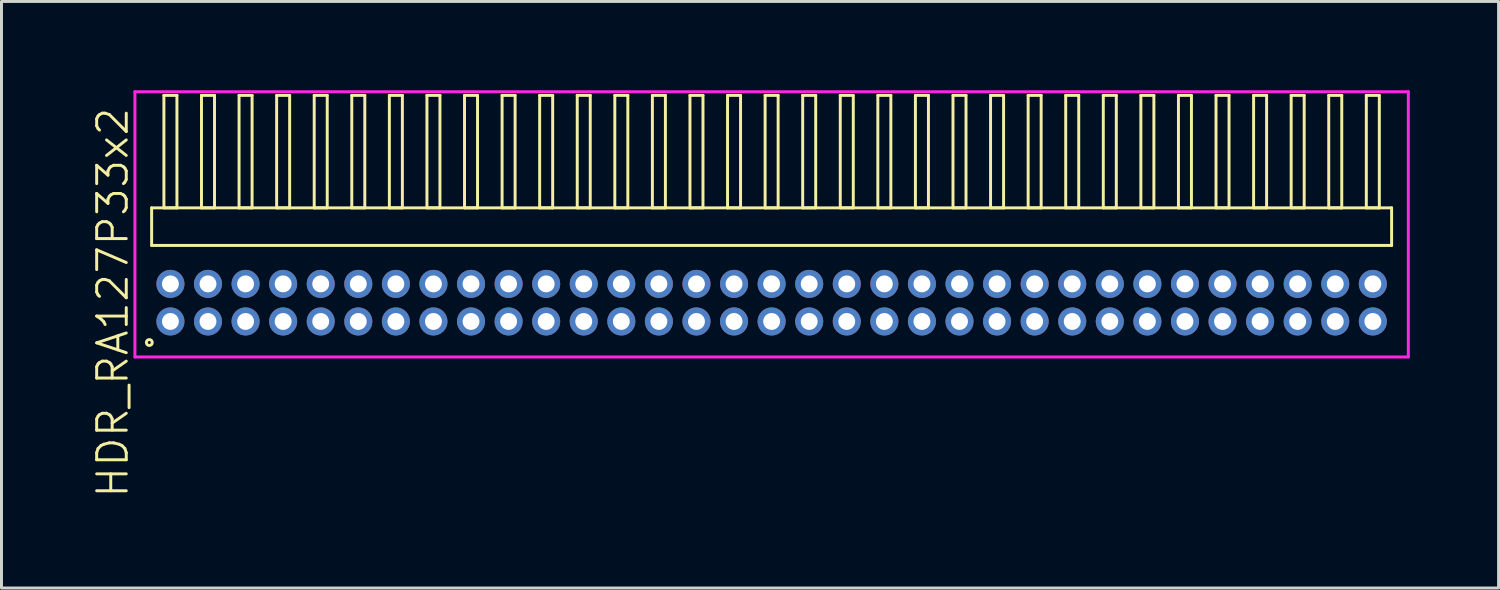
<source format=kicad_pcb>
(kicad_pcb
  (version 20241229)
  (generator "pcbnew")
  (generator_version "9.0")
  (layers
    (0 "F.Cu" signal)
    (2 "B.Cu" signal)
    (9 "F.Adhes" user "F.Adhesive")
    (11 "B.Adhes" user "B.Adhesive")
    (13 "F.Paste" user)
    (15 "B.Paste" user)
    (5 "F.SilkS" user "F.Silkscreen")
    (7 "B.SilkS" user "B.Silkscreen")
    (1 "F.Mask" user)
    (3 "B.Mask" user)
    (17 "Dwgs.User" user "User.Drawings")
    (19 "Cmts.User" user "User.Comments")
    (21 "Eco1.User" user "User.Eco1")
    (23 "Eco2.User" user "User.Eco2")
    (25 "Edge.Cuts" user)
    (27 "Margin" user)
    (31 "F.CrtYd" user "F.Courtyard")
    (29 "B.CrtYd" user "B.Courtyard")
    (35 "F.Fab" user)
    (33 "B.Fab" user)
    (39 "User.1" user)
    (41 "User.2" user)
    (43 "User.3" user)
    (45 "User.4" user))
  (footprint "HDR_RA127P33x2"
    (layer "F.Cu")
    (at 23.03 7.18)
    (property "Reference" "HDR_RA127P33x2" (at -22.27 0 90) (layer "F.SilkS") (effects (font (size 1 1) (thickness 0.1))))
    (attr through_hole)
    (fp_line (start -20.955 -3.205) (end -20.955 -1.935) (stroke (width 0.1) (type solid)) (layer "F.SilkS"))
    (fp_line (start -20.955 -1.935) (end 20.955 -1.935) (stroke (width 0.1) (type solid)) (layer "F.SilkS"))
    (fp_line (start -20.54 -7.005) (end -20.54 -3.205) (stroke (width 0.1) (type solid)) (layer "F.SilkS"))
    (fp_line (start -20.54 -3.205) (end -20.1 -3.205) (stroke (width 0.1) (type solid)) (layer "F.SilkS"))
    (fp_line (start -20.1 -7.005) (end -20.54 -7.005) (stroke (width 0.1) (type solid)) (layer "F.SilkS"))
    (fp_line (start -20.1 -3.205) (end -20.1 -7.005) (stroke (width 0.1) (type solid)) (layer "F.SilkS"))
    (fp_line (start -19.27 -7.005) (end -19.27 -3.205) (stroke (width 0.1) (type solid)) (layer "F.SilkS"))
    (fp_line (start -19.27 -3.205) (end -18.83 -3.205) (stroke (width 0.1) (type solid)) (layer "F.SilkS"))
    (fp_line (start -18.83 -7.005) (end -19.27 -7.005) (stroke (width 0.1) (type solid)) (layer "F.SilkS"))
    (fp_line (start -18.83 -3.205) (end -18.83 -7.005) (stroke (width 0.1) (type solid)) (layer "F.SilkS"))
    (fp_line (start -18 -7.005) (end -18 -3.205) (stroke (width 0.1) (type solid)) (layer "F.SilkS"))
    (fp_line (start -18 -3.205) (end -17.56 -3.205) (stroke (width 0.1) (type solid)) (layer "F.SilkS"))
    (fp_line (start -17.56 -7.005) (end -18 -7.005) (stroke (width 0.1) (type solid)) (layer "F.SilkS"))
    (fp_line (start -17.56 -3.205) (end -17.56 -7.005) (stroke (width 0.1) (type solid)) (layer "F.SilkS"))
    (fp_line (start -16.73 -7.005) (end -16.73 -3.205) (stroke (width 0.1) (type solid)) (layer "F.SilkS"))
    (fp_line (start -16.73 -3.205) (end -16.29 -3.205) (stroke (width 0.1) (type solid)) (layer "F.SilkS"))
    (fp_line (start -16.29 -7.005) (end -16.73 -7.005) (stroke (width 0.1) (type solid)) (layer "F.SilkS"))
    (fp_line (start -16.29 -3.205) (end -16.29 -7.005) (stroke (width 0.1) (type solid)) (layer "F.SilkS"))
    (fp_line (start -15.46 -7.005) (end -15.46 -3.205) (stroke (width 0.1) (type solid)) (layer "F.SilkS"))
    (fp_line (start -15.46 -3.205) (end -15.02 -3.205) (stroke (width 0.1) (type solid)) (layer "F.SilkS"))
    (fp_line (start -15.02 -7.005) (end -15.46 -7.005) (stroke (width 0.1) (type solid)) (layer "F.SilkS"))
    (fp_line (start -15.02 -3.205) (end -15.02 -7.005) (stroke (width 0.1) (type solid)) (layer "F.SilkS"))
    (fp_line (start -14.19 -7.005) (end -14.19 -3.205) (stroke (width 0.1) (type solid)) (layer "F.SilkS"))
    (fp_line (start -14.19 -3.205) (end -13.75 -3.205) (stroke (width 0.1) (type solid)) (layer "F.SilkS"))
    (fp_line (start -13.75 -7.005) (end -14.19 -7.005) (stroke (width 0.1) (type solid)) (layer "F.SilkS"))
    (fp_line (start -13.75 -3.205) (end -13.75 -7.005) (stroke (width 0.1) (type solid)) (layer "F.SilkS"))
    (fp_line (start -12.92 -7.005) (end -12.92 -3.205) (stroke (width 0.1) (type solid)) (layer "F.SilkS"))
    (fp_line (start -12.92 -3.205) (end -12.48 -3.205) (stroke (width 0.1) (type solid)) (layer "F.SilkS"))
    (fp_line (start -12.48 -7.005) (end -12.92 -7.005) (stroke (width 0.1) (type solid)) (layer "F.SilkS"))
    (fp_line (start -12.48 -3.205) (end -12.48 -7.005) (stroke (width 0.1) (type solid)) (layer "F.SilkS"))
    (fp_line (start -11.65 -7.005) (end -11.65 -3.205) (stroke (width 0.1) (type solid)) (layer "F.SilkS"))
    (fp_line (start -11.65 -3.205) (end -11.21 -3.205) (stroke (width 0.1) (type solid)) (layer "F.SilkS"))
    (fp_line (start -11.21 -7.005) (end -11.65 -7.005) (stroke (width 0.1) (type solid)) (layer "F.SilkS"))
    (fp_line (start -11.21 -3.205) (end -11.21 -7.005) (stroke (width 0.1) (type solid)) (layer "F.SilkS"))
    (fp_line (start -10.38 -7.005) (end -10.38 -3.205) (stroke (width 0.1) (type solid)) (layer "F.SilkS"))
    (fp_line (start -10.38 -3.205) (end -9.94 -3.205) (stroke (width 0.1) (type solid)) (layer "F.SilkS"))
    (fp_line (start -9.94 -7.005) (end -10.38 -7.005) (stroke (width 0.1) (type solid)) (layer "F.SilkS"))
    (fp_line (start -9.94 -3.205) (end -9.94 -7.005) (stroke (width 0.1) (type solid)) (layer "F.SilkS"))
    (fp_line (start -9.11 -7.005) (end -9.11 -3.205) (stroke (width 0.1) (type solid)) (layer "F.SilkS"))
    (fp_line (start -9.11 -3.205) (end -8.67 -3.205) (stroke (width 0.1) (type solid)) (layer "F.SilkS"))
    (fp_line (start -8.67 -7.005) (end -9.11 -7.005) (stroke (width 0.1) (type solid)) (layer "F.SilkS"))
    (fp_line (start -8.67 -3.205) (end -8.67 -7.005) (stroke (width 0.1) (type solid)) (layer "F.SilkS"))
    (fp_line (start -7.84 -7.005) (end -7.84 -3.205) (stroke (width 0.1) (type solid)) (layer "F.SilkS"))
    (fp_line (start -7.84 -3.205) (end -7.4 -3.205) (stroke (width 0.1) (type solid)) (layer "F.SilkS"))
    (fp_line (start -7.4 -7.005) (end -7.84 -7.005) (stroke (width 0.1) (type solid)) (layer "F.SilkS"))
    (fp_line (start -7.4 -3.205) (end -7.4 -7.005) (stroke (width 0.1) (type solid)) (layer "F.SilkS"))
    (fp_line (start -6.57 -7.005) (end -6.57 -3.205) (stroke (width 0.1) (type solid)) (layer "F.SilkS"))
    (fp_line (start -6.57 -3.205) (end -6.13 -3.205) (stroke (width 0.1) (type solid)) (layer "F.SilkS"))
    (fp_line (start -6.13 -7.005) (end -6.57 -7.005) (stroke (width 0.1) (type solid)) (layer "F.SilkS"))
    (fp_line (start -6.13 -3.205) (end -6.13 -7.005) (stroke (width 0.1) (type solid)) (layer "F.SilkS"))
    (fp_line (start -5.3 -7.005) (end -5.3 -3.205) (stroke (width 0.1) (type solid)) (layer "F.SilkS"))
    (fp_line (start -5.3 -3.205) (end -4.86 -3.205) (stroke (width 0.1) (type solid)) (layer "F.SilkS"))
    (fp_line (start -4.86 -7.005) (end -5.3 -7.005) (stroke (width 0.1) (type solid)) (layer "F.SilkS"))
    (fp_line (start -4.86 -3.205) (end -4.86 -7.005) (stroke (width 0.1) (type solid)) (layer "F.SilkS"))
    (fp_line (start -4.03 -7.005) (end -4.03 -3.205) (stroke (width 0.1) (type solid)) (layer "F.SilkS"))
    (fp_line (start -4.03 -3.205) (end -3.59 -3.205) (stroke (width 0.1) (type solid)) (layer "F.SilkS"))
    (fp_line (start -3.59 -7.005) (end -4.03 -7.005) (stroke (width 0.1) (type solid)) (layer "F.SilkS"))
    (fp_line (start -3.59 -3.205) (end -3.59 -7.005) (stroke (width 0.1) (type solid)) (layer "F.SilkS"))
    (fp_line (start -2.76 -7.005) (end -2.76 -3.205) (stroke (width 0.1) (type solid)) (layer "F.SilkS"))
    (fp_line (start -2.76 -3.205) (end -2.32 -3.205) (stroke (width 0.1) (type solid)) (layer "F.SilkS"))
    (fp_line (start -2.32 -7.005) (end -2.76 -7.005) (stroke (width 0.1) (type solid)) (layer "F.SilkS"))
    (fp_line (start -2.32 -3.205) (end -2.32 -7.005) (stroke (width 0.1) (type solid)) (layer "F.SilkS"))
    (fp_line (start -1.49 -7.005) (end -1.49 -3.205) (stroke (width 0.1) (type solid)) (layer "F.SilkS"))
    (fp_line (start -1.49 -3.205) (end -1.05 -3.205) (stroke (width 0.1) (type solid)) (layer "F.SilkS"))
    (fp_line (start -1.05 -7.005) (end -1.49 -7.005) (stroke (width 0.1) (type solid)) (layer "F.SilkS"))
    (fp_line (start -1.05 -3.205) (end -1.05 -7.005) (stroke (width 0.1) (type solid)) (layer "F.SilkS"))
    (fp_line (start -0.22 -7.005) (end -0.22 -3.205) (stroke (width 0.1) (type solid)) (layer "F.SilkS"))
    (fp_line (start -0.22 -3.205) (end 0.22 -3.205) (stroke (width 0.1) (type solid)) (layer "F.SilkS"))
    (fp_line (start 0.22 -7.005) (end -0.22 -7.005) (stroke (width 0.1) (type solid)) (layer "F.SilkS"))
    (fp_line (start 0.22 -3.205) (end 0.22 -7.005) (stroke (width 0.1) (type solid)) (layer "F.SilkS"))
    (fp_line (start 1.05 -7.005) (end 1.05 -3.205) (stroke (width 0.1) (type solid)) (layer "F.SilkS"))
    (fp_line (start 1.05 -3.205) (end 1.49 -3.205) (stroke (width 0.1) (type solid)) (layer "F.SilkS"))
    (fp_line (start 1.49 -7.005) (end 1.05 -7.005) (stroke (width 0.1) (type solid)) (layer "F.SilkS"))
    (fp_line (start 1.49 -3.205) (end 1.49 -7.005) (stroke (width 0.1) (type solid)) (layer "F.SilkS"))
    (fp_line (start 2.32 -7.005) (end 2.32 -3.205) (stroke (width 0.1) (type solid)) (layer "F.SilkS"))
    (fp_line (start 2.32 -3.205) (end 2.76 -3.205) (stroke (width 0.1) (type solid)) (layer "F.SilkS"))
    (fp_line (start 2.76 -7.005) (end 2.32 -7.005) (stroke (width 0.1) (type solid)) (layer "F.SilkS"))
    (fp_line (start 2.76 -3.205) (end 2.76 -7.005) (stroke (width 0.1) (type solid)) (layer "F.SilkS"))
    (fp_line (start 3.59 -7.005) (end 3.59 -3.205) (stroke (width 0.1) (type solid)) (layer "F.SilkS"))
    (fp_line (start 3.59 -3.205) (end 4.03 -3.205) (stroke (width 0.1) (type solid)) (layer "F.SilkS"))
    (fp_line (start 4.03 -7.005) (end 3.59 -7.005) (stroke (width 0.1) (type solid)) (layer "F.SilkS"))
    (fp_line (start 4.03 -3.205) (end 4.03 -7.005) (stroke (width 0.1) (type solid)) (layer "F.SilkS"))
    (fp_line (start 4.86 -7.005) (end 4.86 -3.205) (stroke (width 0.1) (type solid)) (layer "F.SilkS"))
    (fp_line (start 4.86 -3.205) (end 5.3 -3.205) (stroke (width 0.1) (type solid)) (layer "F.SilkS"))
    (fp_line (start 5.3 -7.005) (end 4.86 -7.005) (stroke (width 0.1) (type solid)) (layer "F.SilkS"))
    (fp_line (start 5.3 -3.205) (end 5.3 -7.005) (stroke (width 0.1) (type solid)) (layer "F.SilkS"))
    (fp_line (start 6.13 -7.005) (end 6.13 -3.205) (stroke (width 0.1) (type solid)) (layer "F.SilkS"))
    (fp_line (start 6.13 -3.205) (end 6.57 -3.205) (stroke (width 0.1) (type solid)) (layer "F.SilkS"))
    (fp_line (start 6.57 -7.005) (end 6.13 -7.005) (stroke (width 0.1) (type solid)) (layer "F.SilkS"))
    (fp_line (start 6.57 -3.205) (end 6.57 -7.005) (stroke (width 0.1) (type solid)) (layer "F.SilkS"))
    (fp_line (start 7.4 -7.005) (end 7.4 -3.205) (stroke (width 0.1) (type solid)) (layer "F.SilkS"))
    (fp_line (start 7.4 -3.205) (end 7.84 -3.205) (stroke (width 0.1) (type solid)) (layer "F.SilkS"))
    (fp_line (start 7.84 -7.005) (end 7.4 -7.005) (stroke (width 0.1) (type solid)) (layer "F.SilkS"))
    (fp_line (start 7.84 -3.205) (end 7.84 -7.005) (stroke (width 0.1) (type solid)) (layer "F.SilkS"))
    (fp_line (start 8.67 -7.005) (end 8.67 -3.205) (stroke (width 0.1) (type solid)) (layer "F.SilkS"))
    (fp_line (start 8.67 -3.205) (end 9.11 -3.205) (stroke (width 0.1) (type solid)) (layer "F.SilkS"))
    (fp_line (start 9.11 -7.005) (end 8.67 -7.005) (stroke (width 0.1) (type solid)) (layer "F.SilkS"))
    (fp_line (start 9.11 -3.205) (end 9.11 -7.005) (stroke (width 0.1) (type solid)) (layer "F.SilkS"))
    (fp_line (start 9.94 -7.005) (end 9.94 -3.205) (stroke (width 0.1) (type solid)) (layer "F.SilkS"))
    (fp_line (start 9.94 -3.205) (end 10.38 -3.205) (stroke (width 0.1) (type solid)) (layer "F.SilkS"))
    (fp_line (start 10.38 -7.005) (end 9.94 -7.005) (stroke (width 0.1) (type solid)) (layer "F.SilkS"))
    (fp_line (start 10.38 -3.205) (end 10.38 -7.005) (stroke (width 0.1) (type solid)) (layer "F.SilkS"))
    (fp_line (start 11.21 -7.005) (end 11.21 -3.205) (stroke (width 0.1) (type solid)) (layer "F.SilkS"))
    (fp_line (start 11.21 -3.205) (end 11.65 -3.205) (stroke (width 0.1) (type solid)) (layer "F.SilkS"))
    (fp_line (start 11.65 -7.005) (end 11.21 -7.005) (stroke (width 0.1) (type solid)) (layer "F.SilkS"))
    (fp_line (start 11.65 -3.205) (end 11.65 -7.005) (stroke (width 0.1) (type solid)) (layer "F.SilkS"))
    (fp_line (start 12.48 -7.005) (end 12.48 -3.205) (stroke (width 0.1) (type solid)) (layer "F.SilkS"))
    (fp_line (start 12.48 -3.205) (end 12.92 -3.205) (stroke (width 0.1) (type solid)) (layer "F.SilkS"))
    (fp_line (start 12.92 -7.005) (end 12.48 -7.005) (stroke (width 0.1) (type solid)) (layer "F.SilkS"))
    (fp_line (start 12.92 -3.205) (end 12.92 -7.005) (stroke (width 0.1) (type solid)) (layer "F.SilkS"))
    (fp_line (start 13.75 -7.005) (end 13.75 -3.205) (stroke (width 0.1) (type solid)) (layer "F.SilkS"))
    (fp_line (start 13.75 -3.205) (end 14.19 -3.205) (stroke (width 0.1) (type solid)) (layer "F.SilkS"))
    (fp_line (start 14.19 -7.005) (end 13.75 -7.005) (stroke (width 0.1) (type solid)) (layer "F.SilkS"))
    (fp_line (start 14.19 -3.205) (end 14.19 -7.005) (stroke (width 0.1) (type solid)) (layer "F.SilkS"))
    (fp_line (start 15.02 -7.005) (end 15.02 -3.205) (stroke (width 0.1) (type solid)) (layer "F.SilkS"))
    (fp_line (start 15.02 -3.205) (end 15.46 -3.205) (stroke (width 0.1) (type solid)) (layer "F.SilkS"))
    (fp_line (start 15.46 -7.005) (end 15.02 -7.005) (stroke (width 0.1) (type solid)) (layer "F.SilkS"))
    (fp_line (start 15.46 -3.205) (end 15.46 -7.005) (stroke (width 0.1) (type solid)) (layer "F.SilkS"))
    (fp_line (start 16.29 -7.005) (end 16.29 -3.205) (stroke (width 0.1) (type solid)) (layer "F.SilkS"))
    (fp_line (start 16.29 -3.205) (end 16.73 -3.205) (stroke (width 0.1) (type solid)) (layer "F.SilkS"))
    (fp_line (start 16.73 -7.005) (end 16.29 -7.005) (stroke (width 0.1) (type solid)) (layer "F.SilkS"))
    (fp_line (start 16.73 -3.205) (end 16.73 -7.005) (stroke (width 0.1) (type solid)) (layer "F.SilkS"))
    (fp_line (start 17.56 -7.005) (end 17.56 -3.205) (stroke (width 0.1) (type solid)) (layer "F.SilkS"))
    (fp_line (start 17.56 -3.205) (end 18 -3.205) (stroke (width 0.1) (type solid)) (layer "F.SilkS"))
    (fp_line (start 18 -7.005) (end 17.56 -7.005) (stroke (width 0.1) (type solid)) (layer "F.SilkS"))
    (fp_line (start 18 -3.205) (end 18 -7.005) (stroke (width 0.1) (type solid)) (layer "F.SilkS"))
    (fp_line (start 18.83 -7.005) (end 18.83 -3.205) (stroke (width 0.1) (type solid)) (layer "F.SilkS"))
    (fp_line (start 18.83 -3.205) (end 19.27 -3.205) (stroke (width 0.1) (type solid)) (layer "F.SilkS"))
    (fp_line (start 19.27 -7.005) (end 18.83 -7.005) (stroke (width 0.1) (type solid)) (layer "F.SilkS"))
    (fp_line (start 19.27 -3.205) (end 19.27 -7.005) (stroke (width 0.1) (type solid)) (layer "F.SilkS"))
    (fp_line (start 20.1 -7.005) (end 20.1 -3.205) (stroke (width 0.1) (type solid)) (layer "F.SilkS"))
    (fp_line (start 20.1 -3.205) (end 20.54 -3.205) (stroke (width 0.1) (type solid)) (layer "F.SilkS"))
    (fp_line (start 20.54 -7.005) (end 20.1 -7.005) (stroke (width 0.1) (type solid)) (layer "F.SilkS"))
    (fp_line (start 20.54 -3.205) (end 20.54 -7.005) (stroke (width 0.1) (type solid)) (layer "F.SilkS"))
    (fp_line (start 20.955 -3.205) (end -20.955 -3.205) (stroke (width 0.1) (type solid)) (layer "F.SilkS"))
    (fp_line (start 20.955 -1.935) (end 20.955 -3.205) (stroke (width 0.1) (type solid)) (layer "F.SilkS"))
    (fp_circle (center -21.033 1.347) (end -20.933 1.347) (stroke (width 0.1) (type solid)) (fill no) (layer "F.SilkS"))
    (fp_line (start -21.52 -7.13) (end -21.52 1.835) (stroke (width 0.1) (type solid)) (layer "F.CrtYd"))
    (fp_line (start -21.52 1.835) (end 21.52 1.835) (stroke (width 0.1) (type solid)) (layer "F.CrtYd"))
    (fp_line (start 21.52 -7.13) (end -21.52 -7.13) (stroke (width 0.1) (type solid)) (layer "F.CrtYd"))
    (fp_line (start 21.52 1.835) (end 21.52 -7.13) (stroke (width 0.1) (type solid)) (layer "F.CrtYd"))
    (pad "1" thru_hole oval (at -20.32 0.635) (size 0.95 0.95) (drill 0.57) (layers "*.Cu" "*.Mask"))
    (pad "2" thru_hole oval (at -20.32 -0.635) (size 0.95 0.95) (drill 0.57) (layers "*.Cu" "*.Mask"))
    (pad "3" thru_hole oval (at -19.05 0.635) (size 0.95 0.95) (drill 0.57) (layers "*.Cu" "*.Mask"))
    (pad "4" thru_hole oval (at -19.05 -0.635) (size 0.95 0.95) (drill 0.57) (layers "*.Cu" "*.Mask"))
    (pad "5" thru_hole oval (at -17.78 0.635) (size 0.95 0.95) (drill 0.57) (layers "*.Cu" "*.Mask"))
    (pad "6" thru_hole oval (at -17.78 -0.635) (size 0.95 0.95) (drill 0.57) (layers "*.Cu" "*.Mask"))
    (pad "7" thru_hole oval (at -16.51 0.635) (size 0.95 0.95) (drill 0.57) (layers "*.Cu" "*.Mask"))
    (pad "8" thru_hole oval (at -16.51 -0.635) (size 0.95 0.95) (drill 0.57) (layers "*.Cu" "*.Mask"))
    (pad "9" thru_hole oval (at -15.24 0.635) (size 0.95 0.95) (drill 0.57) (layers "*.Cu" "*.Mask"))
    (pad "10" thru_hole oval (at -15.24 -0.635) (size 0.95 0.95) (drill 0.57) (layers "*.Cu" "*.Mask"))
    (pad "11" thru_hole oval (at -13.97 0.635) (size 0.95 0.95) (drill 0.57) (layers "*.Cu" "*.Mask"))
    (pad "12" thru_hole oval (at -13.97 -0.635) (size 0.95 0.95) (drill 0.57) (layers "*.Cu" "*.Mask"))
    (pad "13" thru_hole oval (at -12.7 0.635) (size 0.95 0.95) (drill 0.57) (layers "*.Cu" "*.Mask"))
    (pad "14" thru_hole oval (at -12.7 -0.635) (size 0.95 0.95) (drill 0.57) (layers "*.Cu" "*.Mask"))
    (pad "15" thru_hole oval (at -11.43 0.635) (size 0.95 0.95) (drill 0.57) (layers "*.Cu" "*.Mask"))
    (pad "16" thru_hole oval (at -11.43 -0.635) (size 0.95 0.95) (drill 0.57) (layers "*.Cu" "*.Mask"))
    (pad "17" thru_hole oval (at -10.16 0.635) (size 0.95 0.95) (drill 0.57) (layers "*.Cu" "*.Mask"))
    (pad "18" thru_hole oval (at -10.16 -0.635) (size 0.95 0.95) (drill 0.57) (layers "*.Cu" "*.Mask"))
    (pad "19" thru_hole oval (at -8.89 0.635) (size 0.95 0.95) (drill 0.57) (layers "*.Cu" "*.Mask"))
    (pad "20" thru_hole oval (at -8.89 -0.635) (size 0.95 0.95) (drill 0.57) (layers "*.Cu" "*.Mask"))
    (pad "21" thru_hole oval (at -7.62 0.635) (size 0.95 0.95) (drill 0.57) (layers "*.Cu" "*.Mask"))
    (pad "22" thru_hole oval (at -7.62 -0.635) (size 0.95 0.95) (drill 0.57) (layers "*.Cu" "*.Mask"))
    (pad "23" thru_hole oval (at -6.35 0.635) (size 0.95 0.95) (drill 0.57) (layers "*.Cu" "*.Mask"))
    (pad "24" thru_hole oval (at -6.35 -0.635) (size 0.95 0.95) (drill 0.57) (layers "*.Cu" "*.Mask"))
    (pad "25" thru_hole oval (at -5.08 0.635) (size 0.95 0.95) (drill 0.57) (layers "*.Cu" "*.Mask"))
    (pad "26" thru_hole oval (at -5.08 -0.635) (size 0.95 0.95) (drill 0.57) (layers "*.Cu" "*.Mask"))
    (pad "27" thru_hole oval (at -3.81 0.635) (size 0.95 0.95) (drill 0.57) (layers "*.Cu" "*.Mask"))
    (pad "28" thru_hole oval (at -3.81 -0.635) (size 0.95 0.95) (drill 0.57) (layers "*.Cu" "*.Mask"))
    (pad "29" thru_hole oval (at -2.54 0.635) (size 0.95 0.95) (drill 0.57) (layers "*.Cu" "*.Mask"))
    (pad "30" thru_hole oval (at -2.54 -0.635) (size 0.95 0.95) (drill 0.57) (layers "*.Cu" "*.Mask"))
    (pad "31" thru_hole oval (at -1.27 0.635) (size 0.95 0.95) (drill 0.57) (layers "*.Cu" "*.Mask"))
    (pad "32" thru_hole oval (at -1.27 -0.635) (size 0.95 0.95) (drill 0.57) (layers "*.Cu" "*.Mask"))
    (pad "33" thru_hole oval (at 0 0.635) (size 0.95 0.95) (drill 0.57) (layers "*.Cu" "*.Mask"))
    (pad "34" thru_hole oval (at 0 -0.635) (size 0.95 0.95) (drill 0.57) (layers "*.Cu" "*.Mask"))
    (pad "35" thru_hole oval (at 1.27 0.635) (size 0.95 0.95) (drill 0.57) (layers "*.Cu" "*.Mask"))
    (pad "36" thru_hole oval (at 1.27 -0.635) (size 0.95 0.95) (drill 0.57) (layers "*.Cu" "*.Mask"))
    (pad "37" thru_hole oval (at 2.54 0.635) (size 0.95 0.95) (drill 0.57) (layers "*.Cu" "*.Mask"))
    (pad "38" thru_hole oval (at 2.54 -0.635) (size 0.95 0.95) (drill 0.57) (layers "*.Cu" "*.Mask"))
    (pad "39" thru_hole oval (at 3.81 0.635) (size 0.95 0.95) (drill 0.57) (layers "*.Cu" "*.Mask"))
    (pad "40" thru_hole oval (at 3.81 -0.635) (size 0.95 0.95) (drill 0.57) (layers "*.Cu" "*.Mask"))
    (pad "41" thru_hole oval (at 5.08 0.635) (size 0.95 0.95) (drill 0.57) (layers "*.Cu" "*.Mask"))
    (pad "42" thru_hole oval (at 5.08 -0.635) (size 0.95 0.95) (drill 0.57) (layers "*.Cu" "*.Mask"))
    (pad "43" thru_hole oval (at 6.35 0.635) (size 0.95 0.95) (drill 0.57) (layers "*.Cu" "*.Mask"))
    (pad "44" thru_hole oval (at 6.35 -0.635) (size 0.95 0.95) (drill 0.57) (layers "*.Cu" "*.Mask"))
    (pad "45" thru_hole oval (at 7.62 0.635) (size 0.95 0.95) (drill 0.57) (layers "*.Cu" "*.Mask"))
    (pad "46" thru_hole oval (at 7.62 -0.635) (size 0.95 0.95) (drill 0.57) (layers "*.Cu" "*.Mask"))
    (pad "47" thru_hole oval (at 8.89 0.635) (size 0.95 0.95) (drill 0.57) (layers "*.Cu" "*.Mask"))
    (pad "48" thru_hole oval (at 8.89 -0.635) (size 0.95 0.95) (drill 0.57) (layers "*.Cu" "*.Mask"))
    (pad "49" thru_hole oval (at 10.16 0.635) (size 0.95 0.95) (drill 0.57) (layers "*.Cu" "*.Mask"))
    (pad "50" thru_hole oval (at 10.16 -0.635) (size 0.95 0.95) (drill 0.57) (layers "*.Cu" "*.Mask"))
    (pad "51" thru_hole oval (at 11.43 0.635) (size 0.95 0.95) (drill 0.57) (layers "*.Cu" "*.Mask"))
    (pad "52" thru_hole oval (at 11.43 -0.635) (size 0.95 0.95) (drill 0.57) (layers "*.Cu" "*.Mask"))
    (pad "53" thru_hole oval (at 12.7 0.635) (size 0.95 0.95) (drill 0.57) (layers "*.Cu" "*.Mask"))
    (pad "54" thru_hole oval (at 12.7 -0.635) (size 0.95 0.95) (drill 0.57) (layers "*.Cu" "*.Mask"))
    (pad "55" thru_hole oval (at 13.97 0.635) (size 0.95 0.95) (drill 0.57) (layers "*.Cu" "*.Mask"))
    (pad "56" thru_hole oval (at 13.97 -0.635) (size 0.95 0.95) (drill 0.57) (layers "*.Cu" "*.Mask"))
    (pad "57" thru_hole oval (at 15.24 0.635) (size 0.95 0.95) (drill 0.57) (layers "*.Cu" "*.Mask"))
    (pad "58" thru_hole oval (at 15.24 -0.635) (size 0.95 0.95) (drill 0.57) (layers "*.Cu" "*.Mask"))
    (pad "59" thru_hole oval (at 16.51 0.635) (size 0.95 0.95) (drill 0.57) (layers "*.Cu" "*.Mask"))
    (pad "60" thru_hole oval (at 16.51 -0.635) (size 0.95 0.95) (drill 0.57) (layers "*.Cu" "*.Mask"))
    (pad "61" thru_hole oval (at 17.78 0.635) (size 0.95 0.95) (drill 0.57) (layers "*.Cu" "*.Mask"))
    (pad "62" thru_hole oval (at 17.78 -0.635) (size 0.95 0.95) (drill 0.57) (layers "*.Cu" "*.Mask"))
    (pad "63" thru_hole oval (at 19.05 0.635) (size 0.95 0.95) (drill 0.57) (layers "*.Cu" "*.Mask"))
    (pad "64" thru_hole oval (at 19.05 -0.635) (size 0.95 0.95) (drill 0.57) (layers "*.Cu" "*.Mask"))
    (pad "65" thru_hole oval (at 20.32 0.635) (size 0.95 0.95) (drill 0.57) (layers "*.Cu" "*.Mask"))
    (pad "66" thru_hole oval (at 20.32 -0.635) (size 0.95 0.95) (drill 0.57) (layers "*.Cu" "*.Mask")))
  (gr_rect
    (start -3 -3)
    (end 47.6 16.825)
    (stroke (width 0.1) (type default))
    (fill no)
    (layer "Edge.Cuts")))
</source>
